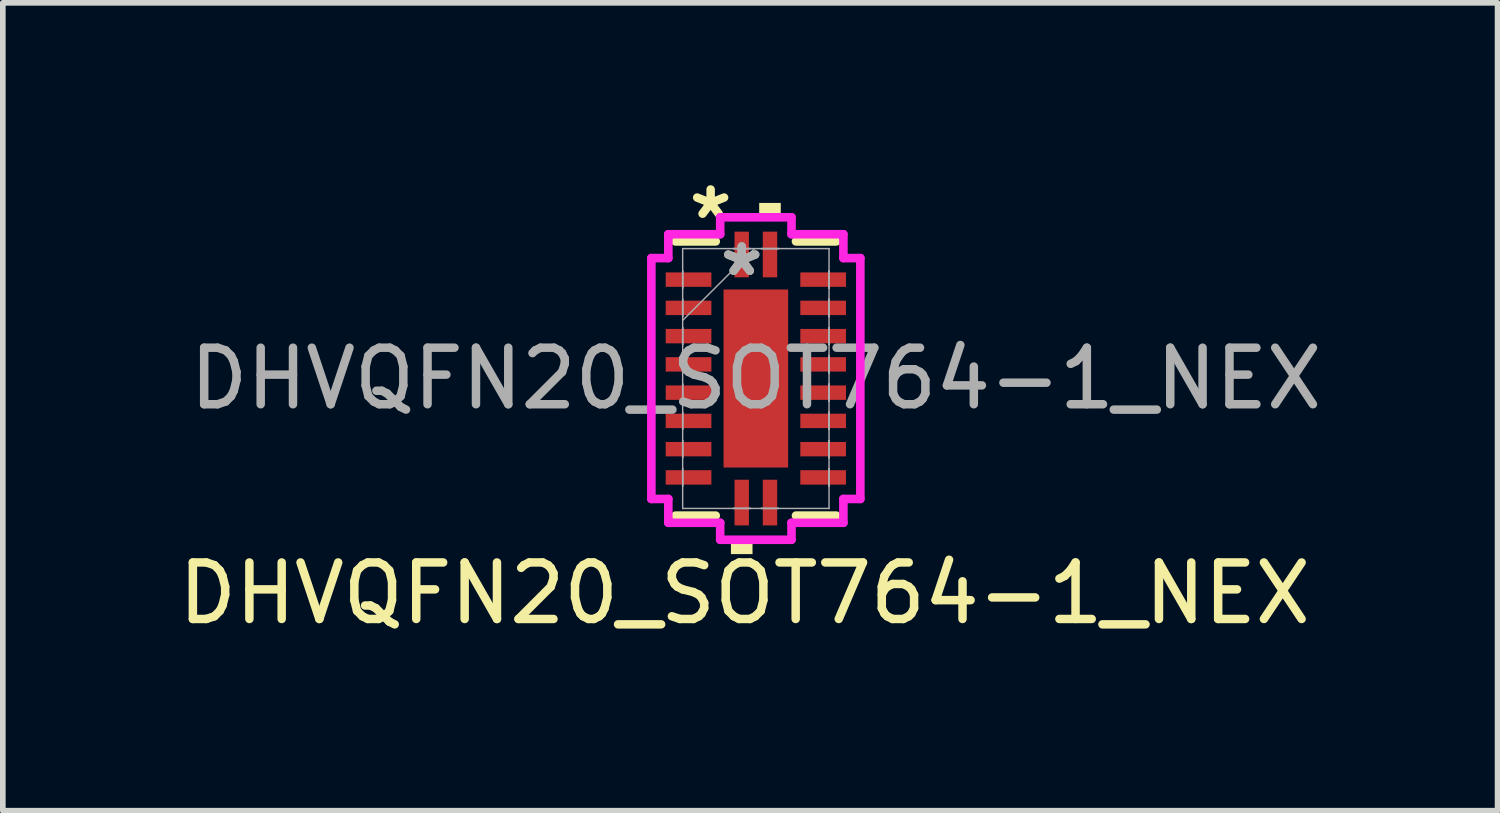
<source format=kicad_pcb>
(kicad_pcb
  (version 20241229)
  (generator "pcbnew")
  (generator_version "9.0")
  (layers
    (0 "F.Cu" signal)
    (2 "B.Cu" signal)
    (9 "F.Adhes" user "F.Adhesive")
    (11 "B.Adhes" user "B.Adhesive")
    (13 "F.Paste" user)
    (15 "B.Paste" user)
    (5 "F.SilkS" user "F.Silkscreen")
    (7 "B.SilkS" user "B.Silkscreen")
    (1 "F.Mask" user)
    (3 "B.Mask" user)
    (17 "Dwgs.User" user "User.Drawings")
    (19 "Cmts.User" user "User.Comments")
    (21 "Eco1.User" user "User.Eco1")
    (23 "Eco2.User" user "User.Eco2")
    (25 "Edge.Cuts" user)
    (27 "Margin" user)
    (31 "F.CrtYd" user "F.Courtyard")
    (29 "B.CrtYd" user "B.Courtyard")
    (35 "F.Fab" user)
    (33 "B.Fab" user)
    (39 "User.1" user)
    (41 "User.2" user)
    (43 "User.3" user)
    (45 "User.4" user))
  (footprint "DHVQFN20_SOT764-1_NEX"
    (layer "F.Cu")
    (at 10.325 3.648)
    (property "Reference" "DHVQFN20_SOT764-1_NEX" (at -0.2 3.8 0) (unlocked yes) (layer "F.SilkS") (effects (font (size 1 1) (thickness 0.15))))
    (attr smd)
    (fp_line (start -1.422 2.426) (end -0.71 2.426) (stroke (width 0.152) (type solid)) (layer "F.SilkS"))
    (fp_line (start -0.71 -2.426) (end -1.422 -2.426) (stroke (width 0.152) (type solid)) (layer "F.SilkS"))
    (fp_line (start 0.71 2.426) (end 1.422 2.426) (stroke (width 0.152) (type solid)) (layer "F.SilkS"))
    (fp_line (start 1.422 -2.426) (end 0.71 -2.426) (stroke (width 0.152) (type solid)) (layer "F.SilkS"))
    (fp_poly (pts (xy -0.441 2.853) (xy -0.441 3.107) (xy -0.059 3.107) (xy -0.059 2.853)) (stroke (width 0) (type solid)) (fill yes) (layer "F.SilkS"))
    (fp_poly (pts (xy 0.059 -2.853) (xy 0.059 -3.107) (xy 0.441 -3.107) (xy 0.441 -2.853)) (stroke (width 0) (type solid)) (fill yes) (layer "F.SilkS"))
    (fp_poly (pts (xy -0.471 -1.475) (xy -0.471 -0.1) (xy 0.471 -0.1) (xy 0.471 -1.475)) (stroke (width 0) (type solid)) (fill yes) (layer "F.Paste"))
    (fp_poly (pts (xy -0.471 0.1) (xy -0.471 1.475) (xy 0.471 1.475) (xy 0.471 0.1)) (stroke (width 0) (type solid)) (fill yes) (layer "F.Paste"))
    (fp_line (start -1.849 -2.131) (end -1.549 -2.131) (stroke (width 0.152) (type solid)) (layer "F.CrtYd"))
    (fp_line (start -1.849 2.131) (end -1.849 -2.131) (stroke (width 0.152) (type solid)) (layer "F.CrtYd"))
    (fp_line (start -1.549 -2.553) (end -0.631 -2.553) (stroke (width 0.152) (type solid)) (layer "F.CrtYd"))
    (fp_line (start -1.549 -2.131) (end -1.549 -2.553) (stroke (width 0.152) (type solid)) (layer "F.CrtYd"))
    (fp_line (start -1.549 2.131) (end -1.849 2.131) (stroke (width 0.152) (type solid)) (layer "F.CrtYd"))
    (fp_line (start -1.549 2.553) (end -1.549 2.131) (stroke (width 0.152) (type solid)) (layer "F.CrtYd"))
    (fp_line (start -0.631 -2.853) (end 0.631 -2.853) (stroke (width 0.152) (type solid)) (layer "F.CrtYd"))
    (fp_line (start -0.631 -2.553) (end -0.631 -2.853) (stroke (width 0.152) (type solid)) (layer "F.CrtYd"))
    (fp_line (start -0.631 2.553) (end -1.549 2.553) (stroke (width 0.152) (type solid)) (layer "F.CrtYd"))
    (fp_line (start -0.631 2.853) (end -0.631 2.553) (stroke (width 0.152) (type solid)) (layer "F.CrtYd"))
    (fp_line (start 0.631 -2.853) (end 0.631 -2.553) (stroke (width 0.152) (type solid)) (layer "F.CrtYd"))
    (fp_line (start 0.631 -2.553) (end 1.549 -2.553) (stroke (width 0.152) (type solid)) (layer "F.CrtYd"))
    (fp_line (start 0.631 2.553) (end 0.631 2.853) (stroke (width 0.152) (type solid)) (layer "F.CrtYd"))
    (fp_line (start 0.631 2.853) (end -0.631 2.853) (stroke (width 0.152) (type solid)) (layer "F.CrtYd"))
    (fp_line (start 1.549 -2.553) (end 1.549 -2.131) (stroke (width 0.152) (type solid)) (layer "F.CrtYd"))
    (fp_line (start 1.549 -2.131) (end 1.849 -2.131) (stroke (width 0.152) (type solid)) (layer "F.CrtYd"))
    (fp_line (start 1.549 2.131) (end 1.549 2.553) (stroke (width 0.152) (type solid)) (layer "F.CrtYd"))
    (fp_line (start 1.549 2.553) (end 0.631 2.553) (stroke (width 0.152) (type solid)) (layer "F.CrtYd"))
    (fp_line (start 1.849 -2.131) (end 1.849 2.131) (stroke (width 0.152) (type solid)) (layer "F.CrtYd"))
    (fp_line (start 1.849 2.131) (end 1.549 2.131) (stroke (width 0.152) (type solid)) (layer "F.CrtYd"))
    (fp_line (start -1.295 -2.299) (end -1.295 -2.299) (stroke (width 0.025) (type solid)) (layer "F.Fab"))
    (fp_line (start -1.295 -2.299) (end -1.295 2.299) (stroke (width 0.025) (type solid)) (layer "F.Fab"))
    (fp_line (start -1.295 -1.902) (end -1.295 -1.902) (stroke (width 0.025) (type solid)) (layer "F.Fab"))
    (fp_line (start -1.295 -1.902) (end -1.295 -1.598) (stroke (width 0.025) (type solid)) (layer "F.Fab"))
    (fp_line (start -1.295 -1.598) (end -1.295 -1.902) (stroke (width 0.025) (type solid)) (layer "F.Fab"))
    (fp_line (start -1.295 -1.598) (end -1.295 -1.598) (stroke (width 0.025) (type solid)) (layer "F.Fab"))
    (fp_line (start -1.295 -1.402) (end -1.295 -1.402) (stroke (width 0.025) (type solid)) (layer "F.Fab"))
    (fp_line (start -1.295 -1.402) (end -1.295 -1.098) (stroke (width 0.025) (type solid)) (layer "F.Fab"))
    (fp_line (start -1.295 -1.098) (end -1.295 -1.402) (stroke (width 0.025) (type solid)) (layer "F.Fab"))
    (fp_line (start -1.295 -1.098) (end -1.295 -1.098) (stroke (width 0.025) (type solid)) (layer "F.Fab"))
    (fp_line (start -1.295 -1.029) (end -0.025 -2.299) (stroke (width 0.025) (type solid)) (layer "F.Fab"))
    (fp_line (start -1.295 -0.902) (end -1.295 -0.902) (stroke (width 0.025) (type solid)) (layer "F.Fab"))
    (fp_line (start -1.295 -0.902) (end -1.295 -0.598) (stroke (width 0.025) (type solid)) (layer "F.Fab"))
    (fp_line (start -1.295 -0.598) (end -1.295 -0.902) (stroke (width 0.025) (type solid)) (layer "F.Fab"))
    (fp_line (start -1.295 -0.598) (end -1.295 -0.598) (stroke (width 0.025) (type solid)) (layer "F.Fab"))
    (fp_line (start -1.295 -0.402) (end -1.295 -0.402) (stroke (width 0.025) (type solid)) (layer "F.Fab"))
    (fp_line (start -1.295 -0.402) (end -1.295 -0.098) (stroke (width 0.025) (type solid)) (layer "F.Fab"))
    (fp_line (start -1.295 -0.098) (end -1.295 -0.402) (stroke (width 0.025) (type solid)) (layer "F.Fab"))
    (fp_line (start -1.295 -0.098) (end -1.295 -0.098) (stroke (width 0.025) (type solid)) (layer "F.Fab"))
    (fp_line (start -1.295 0.098) (end -1.295 0.098) (stroke (width 0.025) (type solid)) (layer "F.Fab"))
    (fp_line (start -1.295 0.098) (end -1.295 0.402) (stroke (width 0.025) (type solid)) (layer "F.Fab"))
    (fp_line (start -1.295 0.402) (end -1.295 0.098) (stroke (width 0.025) (type solid)) (layer "F.Fab"))
    (fp_line (start -1.295 0.402) (end -1.295 0.402) (stroke (width 0.025) (type solid)) (layer "F.Fab"))
    (fp_line (start -1.295 0.598) (end -1.295 0.598) (stroke (width 0.025) (type solid)) (layer "F.Fab"))
    (fp_line (start -1.295 0.598) (end -1.295 0.902) (stroke (width 0.025) (type solid)) (layer "F.Fab"))
    (fp_line (start -1.295 0.902) (end -1.295 0.598) (stroke (width 0.025) (type solid)) (layer "F.Fab"))
    (fp_line (start -1.295 0.902) (end -1.295 0.902) (stroke (width 0.025) (type solid)) (layer "F.Fab"))
    (fp_line (start -1.295 1.098) (end -1.295 1.098) (stroke (width 0.025) (type solid)) (layer "F.Fab"))
    (fp_line (start -1.295 1.098) (end -1.295 1.402) (stroke (width 0.025) (type solid)) (layer "F.Fab"))
    (fp_line (start -1.295 1.402) (end -1.295 1.098) (stroke (width 0.025) (type solid)) (layer "F.Fab"))
    (fp_line (start -1.295 1.402) (end -1.295 1.402) (stroke (width 0.025) (type solid)) (layer "F.Fab"))
    (fp_line (start -1.295 1.598) (end -1.295 1.598) (stroke (width 0.025) (type solid)) (layer "F.Fab"))
    (fp_line (start -1.295 1.598) (end -1.295 1.902) (stroke (width 0.025) (type solid)) (layer "F.Fab"))
    (fp_line (start -1.295 1.902) (end -1.295 1.598) (stroke (width 0.025) (type solid)) (layer "F.Fab"))
    (fp_line (start -1.295 1.902) (end -1.295 1.902) (stroke (width 0.025) (type solid)) (layer "F.Fab"))
    (fp_line (start -1.295 2.299) (end -1.295 2.299) (stroke (width 0.025) (type solid)) (layer "F.Fab"))
    (fp_line (start -1.295 2.299) (end 1.295 2.299) (stroke (width 0.025) (type solid)) (layer "F.Fab"))
    (fp_line (start -0.402 -2.299) (end -0.402 -2.299) (stroke (width 0.025) (type solid)) (layer "F.Fab"))
    (fp_line (start -0.402 -2.299) (end -0.098 -2.299) (stroke (width 0.025) (type solid)) (layer "F.Fab"))
    (fp_line (start -0.402 2.299) (end -0.402 2.299) (stroke (width 0.025) (type solid)) (layer "F.Fab"))
    (fp_line (start -0.402 2.299) (end -0.098 2.299) (stroke (width 0.025) (type solid)) (layer "F.Fab"))
    (fp_line (start -0.098 -2.299) (end -0.402 -2.299) (stroke (width 0.025) (type solid)) (layer "F.Fab"))
    (fp_line (start -0.098 -2.299) (end -0.098 -2.299) (stroke (width 0.025) (type solid)) (layer "F.Fab"))
    (fp_line (start -0.098 2.299) (end -0.402 2.299) (stroke (width 0.025) (type solid)) (layer "F.Fab"))
    (fp_line (start -0.098 2.299) (end -0.098 2.299) (stroke (width 0.025) (type solid)) (layer "F.Fab"))
    (fp_line (start 0.098 -2.299) (end 0.098 -2.299) (stroke (width 0.025) (type solid)) (layer "F.Fab"))
    (fp_line (start 0.098 -2.299) (end 0.402 -2.299) (stroke (width 0.025) (type solid)) (layer "F.Fab"))
    (fp_line (start 0.098 2.299) (end 0.098 2.299) (stroke (width 0.025) (type solid)) (layer "F.Fab"))
    (fp_line (start 0.098 2.299) (end 0.402 2.299) (stroke (width 0.025) (type solid)) (layer "F.Fab"))
    (fp_line (start 0.402 -2.299) (end 0.098 -2.299) (stroke (width 0.025) (type solid)) (layer "F.Fab"))
    (fp_line (start 0.402 -2.299) (end 0.402 -2.299) (stroke (width 0.025) (type solid)) (layer "F.Fab"))
    (fp_line (start 0.402 2.299) (end 0.098 2.299) (stroke (width 0.025) (type solid)) (layer "F.Fab"))
    (fp_line (start 0.402 2.299) (end 0.402 2.299) (stroke (width 0.025) (type solid)) (layer "F.Fab"))
    (fp_line (start 1.295 -2.299) (end -1.295 -2.299) (stroke (width 0.025) (type solid)) (layer "F.Fab"))
    (fp_line (start 1.295 -2.299) (end 1.295 -2.299) (stroke (width 0.025) (type solid)) (layer "F.Fab"))
    (fp_line (start 1.295 -1.902) (end 1.295 -1.902) (stroke (width 0.025) (type solid)) (layer "F.Fab"))
    (fp_line (start 1.295 -1.902) (end 1.295 -1.598) (stroke (width 0.025) (type solid)) (layer "F.Fab"))
    (fp_line (start 1.295 -1.598) (end 1.295 -1.902) (stroke (width 0.025) (type solid)) (layer "F.Fab"))
    (fp_line (start 1.295 -1.598) (end 1.295 -1.598) (stroke (width 0.025) (type solid)) (layer "F.Fab"))
    (fp_line (start 1.295 -1.402) (end 1.295 -1.402) (stroke (width 0.025) (type solid)) (layer "F.Fab"))
    (fp_line (start 1.295 -1.402) (end 1.295 -1.098) (stroke (width 0.025) (type solid)) (layer "F.Fab"))
    (fp_line (start 1.295 -1.098) (end 1.295 -1.402) (stroke (width 0.025) (type solid)) (layer "F.Fab"))
    (fp_line (start 1.295 -1.098) (end 1.295 -1.098) (stroke (width 0.025) (type solid)) (layer "F.Fab"))
    (fp_line (start 1.295 -0.902) (end 1.295 -0.902) (stroke (width 0.025) (type solid)) (layer "F.Fab"))
    (fp_line (start 1.295 -0.902) (end 1.295 -0.598) (stroke (width 0.025) (type solid)) (layer "F.Fab"))
    (fp_line (start 1.295 -0.598) (end 1.295 -0.902) (stroke (width 0.025) (type solid)) (layer "F.Fab"))
    (fp_line (start 1.295 -0.598) (end 1.295 -0.598) (stroke (width 0.025) (type solid)) (layer "F.Fab"))
    (fp_line (start 1.295 -0.402) (end 1.295 -0.402) (stroke (width 0.025) (type solid)) (layer "F.Fab"))
    (fp_line (start 1.295 -0.402) (end 1.295 -0.098) (stroke (width 0.025) (type solid)) (layer "F.Fab"))
    (fp_line (start 1.295 -0.098) (end 1.295 -0.402) (stroke (width 0.025) (type solid)) (layer "F.Fab"))
    (fp_line (start 1.295 -0.098) (end 1.295 -0.098) (stroke (width 0.025) (type solid)) (layer "F.Fab"))
    (fp_line (start 1.295 0.098) (end 1.295 0.098) (stroke (width 0.025) (type solid)) (layer "F.Fab"))
    (fp_line (start 1.295 0.098) (end 1.295 0.402) (stroke (width 0.025) (type solid)) (layer "F.Fab"))
    (fp_line (start 1.295 0.402) (end 1.295 0.098) (stroke (width 0.025) (type solid)) (layer "F.Fab"))
    (fp_line (start 1.295 0.402) (end 1.295 0.402) (stroke (width 0.025) (type solid)) (layer "F.Fab"))
    (fp_line (start 1.295 0.598) (end 1.295 0.598) (stroke (width 0.025) (type solid)) (layer "F.Fab"))
    (fp_line (start 1.295 0.598) (end 1.295 0.902) (stroke (width 0.025) (type solid)) (layer "F.Fab"))
    (fp_line (start 1.295 0.902) (end 1.295 0.598) (stroke (width 0.025) (type solid)) (layer "F.Fab"))
    (fp_line (start 1.295 0.902) (end 1.295 0.902) (stroke (width 0.025) (type solid)) (layer "F.Fab"))
    (fp_line (start 1.295 1.098) (end 1.295 1.098) (stroke (width 0.025) (type solid)) (layer "F.Fab"))
    (fp_line (start 1.295 1.098) (end 1.295 1.402) (stroke (width 0.025) (type solid)) (layer "F.Fab"))
    (fp_line (start 1.295 1.402) (end 1.295 1.098) (stroke (width 0.025) (type solid)) (layer "F.Fab"))
    (fp_line (start 1.295 1.402) (end 1.295 1.402) (stroke (width 0.025) (type solid)) (layer "F.Fab"))
    (fp_line (start 1.295 1.598) (end 1.295 1.598) (stroke (width 0.025) (type solid)) (layer "F.Fab"))
    (fp_line (start 1.295 1.598) (end 1.295 1.902) (stroke (width 0.025) (type solid)) (layer "F.Fab"))
    (fp_line (start 1.295 1.902) (end 1.295 1.598) (stroke (width 0.025) (type solid)) (layer "F.Fab"))
    (fp_line (start 1.295 1.902) (end 1.295 1.902) (stroke (width 0.025) (type solid)) (layer "F.Fab"))
    (fp_line (start 1.295 2.299) (end 1.295 -2.299) (stroke (width 0.025) (type solid)) (layer "F.Fab"))
    (fp_line (start 1.295 2.299) (end 1.295 2.299) (stroke (width 0.025) (type solid)) (layer "F.Fab"))
    (fp_text user "*" (at -0.8 -2.8 0) (unlocked yes) (layer "F.SilkS") (effects (font (size 1 1) (thickness 0.15))))
    (fp_text user "*" (at -0.25 -1.791 0) (layer "F.Fab") (effects (font (size 1 1) (thickness 0.15))))
    (fp_text user "*" (at -0.25 -1.791 0) (unlocked yes) (layer "F.Fab") (effects (font (size 1 1) (thickness 0.15))))
    (fp_text user "${REFERENCE}" (at 0 0 0) (unlocked yes) (layer "F.Fab") (effects (font (size 1 1) (thickness 0.15))))
    (pad "1" smd rect (at -0.25 -2.195) (size 0.255 0.808) (layers "F.Cu" "F.Mask" "F.Paste"))
    (pad "2" smd rect (at -1.191 -1.75 90) (size 0.255 0.808) (layers "F.Cu" "F.Mask" "F.Paste"))
    (pad "3" smd rect (at -1.191 -1.25 90) (size 0.255 0.808) (layers "F.Cu" "F.Mask" "F.Paste"))
    (pad "4" smd rect (at -1.191 -0.75 90) (size 0.255 0.808) (layers "F.Cu" "F.Mask" "F.Paste"))
    (pad "5" smd rect (at -1.191 -0.25 90) (size 0.255 0.808) (layers "F.Cu" "F.Mask" "F.Paste"))
    (pad "6" smd rect (at -1.191 0.25 90) (size 0.255 0.808) (layers "F.Cu" "F.Mask" "F.Paste"))
    (pad "7" smd rect (at -1.191 0.75 90) (size 0.255 0.808) (layers "F.Cu" "F.Mask" "F.Paste"))
    (pad "8" smd rect (at -1.191 1.25 90) (size 0.255 0.808) (layers "F.Cu" "F.Mask" "F.Paste"))
    (pad "9" smd rect (at -1.191 1.75 90) (size 0.255 0.808) (layers "F.Cu" "F.Mask" "F.Paste"))
    (pad "10" smd rect (at -0.25 2.195) (size 0.255 0.808) (layers "F.Cu" "F.Mask" "F.Paste"))
    (pad "11" smd rect (at 0.25 2.195) (size 0.255 0.808) (layers "F.Cu" "F.Mask" "F.Paste"))
    (pad "12" smd rect (at 1.191 1.75 90) (size 0.255 0.808) (layers "F.Cu" "F.Mask" "F.Paste"))
    (pad "13" smd rect (at 1.191 1.25 90) (size 0.255 0.808) (layers "F.Cu" "F.Mask" "F.Paste"))
    (pad "14" smd rect (at 1.191 0.75 90) (size 0.255 0.808) (layers "F.Cu" "F.Mask" "F.Paste"))
    (pad "15" smd rect (at 1.191 0.25 90) (size 0.255 0.808) (layers "F.Cu" "F.Mask" "F.Paste"))
    (pad "16" smd rect (at 1.191 -0.25 90) (size 0.255 0.808) (layers "F.Cu" "F.Mask" "F.Paste"))
    (pad "17" smd rect (at 1.191 -0.75 90) (size 0.255 0.808) (layers "F.Cu" "F.Mask" "F.Paste"))
    (pad "18" smd rect (at 1.191 -1.25 90) (size 0.255 0.808) (layers "F.Cu" "F.Mask" "F.Paste"))
    (pad "19" smd rect (at 1.191 -1.75 90) (size 0.255 0.808) (layers "F.Cu" "F.Mask" "F.Paste"))
    (pad "20" smd rect (at 0.25 -2.195) (size 0.255 0.808) (layers "F.Cu" "F.Mask" "F.Paste"))
    (pad "21" smd rect (at 0 0) (size 1.143 3.15) (layers "F.Cu" "F.Mask" "F.Paste")))
  (gr_rect
    (start -3 -3)
    (end 23.45 11.296)
    (stroke (width 0.1) (type default))
    (fill no)
    (layer "Edge.Cuts")))
</source>
